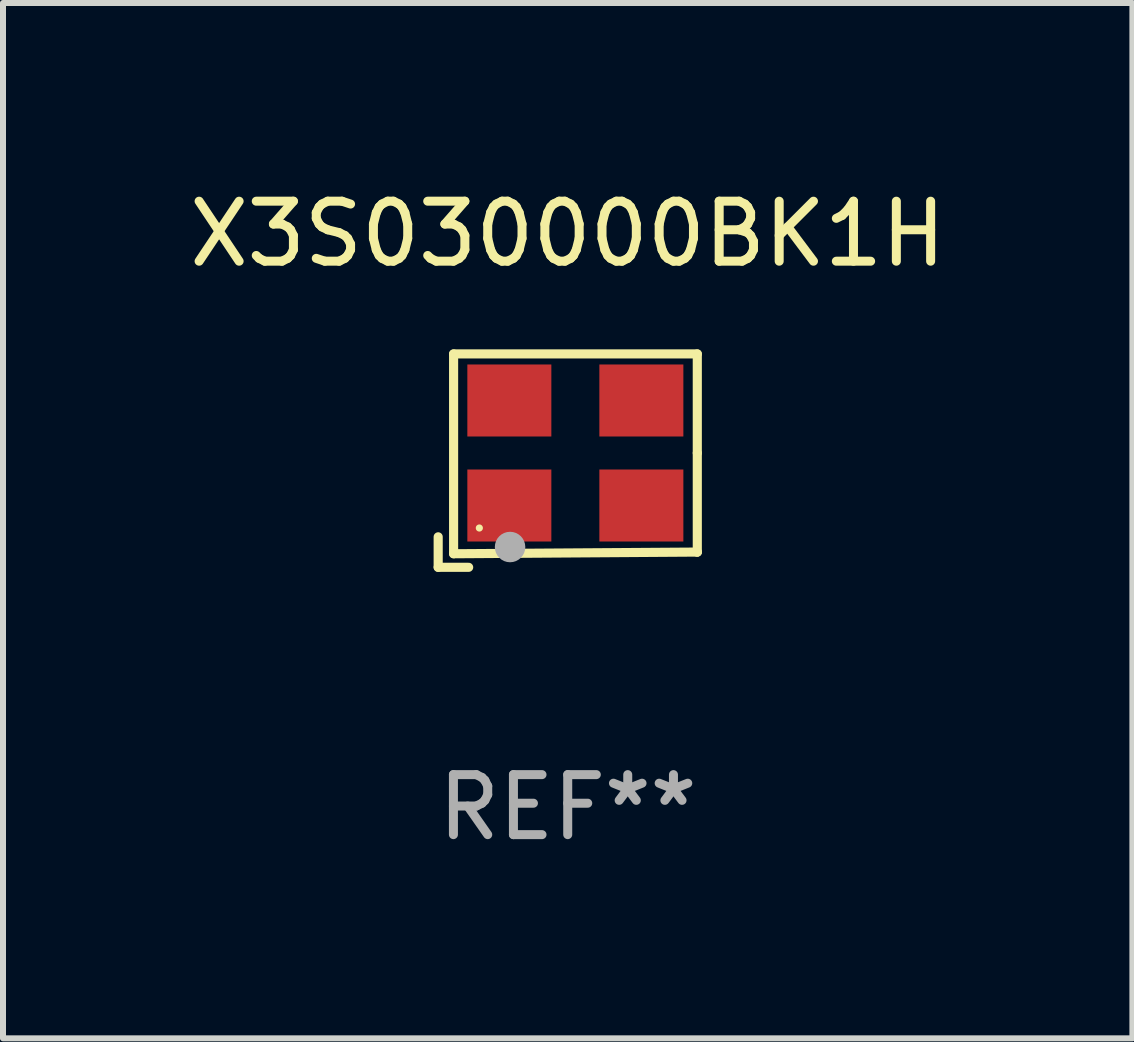
<source format=kicad_pcb>
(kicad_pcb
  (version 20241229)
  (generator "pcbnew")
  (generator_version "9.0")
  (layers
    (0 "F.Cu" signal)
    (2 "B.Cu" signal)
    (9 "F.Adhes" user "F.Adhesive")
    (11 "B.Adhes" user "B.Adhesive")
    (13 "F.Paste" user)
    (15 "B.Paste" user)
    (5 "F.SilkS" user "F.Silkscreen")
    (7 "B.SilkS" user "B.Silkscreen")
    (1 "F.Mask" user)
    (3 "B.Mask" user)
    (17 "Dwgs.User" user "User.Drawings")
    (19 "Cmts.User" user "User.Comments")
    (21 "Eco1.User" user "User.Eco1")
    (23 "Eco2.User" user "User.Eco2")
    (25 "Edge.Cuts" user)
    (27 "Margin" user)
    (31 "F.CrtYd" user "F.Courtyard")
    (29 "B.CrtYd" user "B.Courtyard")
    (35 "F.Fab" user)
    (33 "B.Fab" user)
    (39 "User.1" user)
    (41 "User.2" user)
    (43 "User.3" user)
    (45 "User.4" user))
  (footprint "X3S030000BK1H"
    (layer "F.Cu")
    (at 6.411 4.626)
    (property "Reference" "X3S030000BK1H" (at 0 -3.778 0) (layer "F.SilkS") (effects (font (size 1 1) (thickness 0.15))))
    (attr through_hole)
    (fp_line (start -2.159 1.27) (end -2.159 1.778) (stroke (width 0.152) (type solid)) (layer "F.SilkS"))
    (fp_line (start -2.159 1.778) (end -1.651 1.778) (stroke (width 0.152) (type solid)) (layer "F.SilkS"))
    (fp_line (start -1.902 -1.778) (end 2.159 -1.778) (stroke (width 0.152) (type solid)) (layer "F.SilkS"))
    (fp_line (start -1.902 1.552) (end -1.902 -1.778) (stroke (width 0.152) (type solid)) (layer "F.SilkS"))
    (fp_line (start 2.159 -1.778) (end 2.159 -0.127) (stroke (width 0.152) (type solid)) (layer "F.SilkS"))
    (fp_line (start 2.159 -0.127) (end 2.159 1.524) (stroke (width 0.152) (type solid)) (layer "F.SilkS"))
    (fp_line (start 2.159 1.524) (end -1.902 1.552) (stroke (width 0.152) (type solid)) (layer "F.SilkS"))
    (fp_line (start 2.159 1.524) (end 2.159 1.524) (stroke (width 0.152) (type solid)) (layer "F.SilkS"))
    (fp_circle (center -1.473 1.123) (end -1.443 1.123) (stroke (width 0.06) (type solid)) (fill no) (layer "F.SilkS"))
    (fp_circle (center -0.961 1.44) (end -0.834 1.44) (stroke (width 0.254) (type solid)) (fill no) (layer "F.Fab"))
    (fp_text user "REF**" (at 0 5.778 0) (layer "F.Fab") (effects (font (size 1 1) (thickness 0.15))))
    (pad "1" smd rect (at -0.973 0.748) (size 1.4 1.2) (layers "F.Cu" "F.Mask" "F.Paste"))
    (pad "2" smd rect (at 1.227 0.748) (size 1.4 1.2) (layers "F.Cu" "F.Mask" "F.Paste"))
    (pad "3" smd rect (at 1.227 -1.002) (size 1.4 1.2) (layers "F.Cu" "F.Mask" "F.Paste"))
    (pad "4" smd rect (at -0.973 -1.002) (size 1.4 1.2) (layers "F.Cu" "F.Mask" "F.Paste")))
  (gr_rect
    (start -3 -3)
    (end 15.821 14.253)
    (stroke (width 0.1) (type default))
    (fill no)
    (layer "Edge.Cuts")))
</source>
